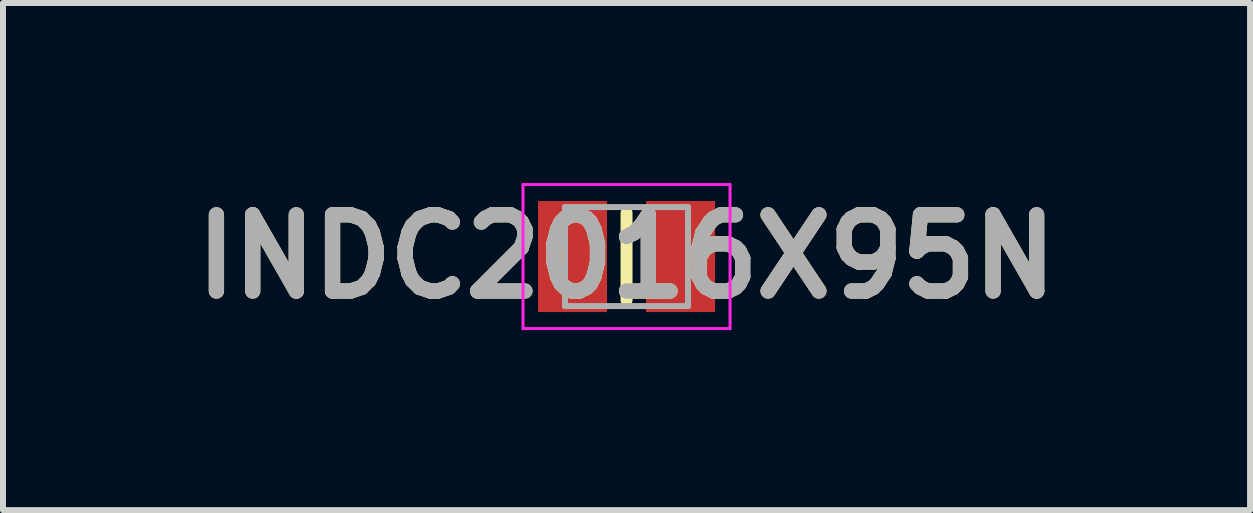
<source format=kicad_pcb>
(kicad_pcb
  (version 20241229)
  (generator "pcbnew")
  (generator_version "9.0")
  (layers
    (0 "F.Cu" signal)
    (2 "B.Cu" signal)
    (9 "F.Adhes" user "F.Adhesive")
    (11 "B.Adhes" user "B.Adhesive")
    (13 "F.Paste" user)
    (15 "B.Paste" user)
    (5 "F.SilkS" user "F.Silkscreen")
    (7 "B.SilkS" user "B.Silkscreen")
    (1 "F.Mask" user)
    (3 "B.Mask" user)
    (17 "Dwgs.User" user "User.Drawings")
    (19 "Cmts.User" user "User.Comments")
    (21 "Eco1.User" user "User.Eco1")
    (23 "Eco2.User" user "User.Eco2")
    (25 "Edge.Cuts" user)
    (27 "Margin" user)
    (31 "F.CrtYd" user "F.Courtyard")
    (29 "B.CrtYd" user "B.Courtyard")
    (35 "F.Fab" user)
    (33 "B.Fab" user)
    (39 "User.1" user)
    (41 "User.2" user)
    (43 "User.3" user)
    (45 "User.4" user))
  (footprint "INDC2016X95N"
    (layer "F.Cu")
    (at 7.39 1.225)
    (property "Reference" "INDC2016X95N" (at 0 0 0) (layer "F.SilkS") (effects (font (size 1.27 1.27) (thickness 0.254))))
    (attr smd)
    (fp_line (start 0 -0.725) (end 0 0.725) (stroke (width 0.2) (type solid)) (layer "F.SilkS"))
    (fp_line (start -1.725 -1.2) (end 1.725 -1.2) (stroke (width 0.05) (type solid)) (layer "F.CrtYd"))
    (fp_line (start -1.725 1.2) (end -1.725 -1.2) (stroke (width 0.05) (type solid)) (layer "F.CrtYd"))
    (fp_line (start 1.725 -1.2) (end 1.725 1.2) (stroke (width 0.05) (type solid)) (layer "F.CrtYd"))
    (fp_line (start 1.725 1.2) (end -1.725 1.2) (stroke (width 0.05) (type solid)) (layer "F.CrtYd"))
    (fp_line (start -1.025 -0.825) (end 1.025 -0.825) (stroke (width 0.1) (type solid)) (layer "F.Fab"))
    (fp_line (start -1.025 0.825) (end -1.025 -0.825) (stroke (width 0.1) (type solid)) (layer "F.Fab"))
    (fp_line (start 1.025 -0.825) (end 1.025 0.825) (stroke (width 0.1) (type solid)) (layer "F.Fab"))
    (fp_line (start 1.025 0.825) (end -1.025 0.825) (stroke (width 0.1) (type solid)) (layer "F.Fab"))
    (fp_text user "${REFERENCE}" (at 0 0 0) (layer "F.Fab") (effects (font (size 1.27 1.27) (thickness 0.254))))
    (pad "1" smd rect (at -0.9 0) (size 1.15 1.85) (layers "F.Cu" "F.Mask" "F.Paste"))
    (pad "2" smd rect (at 0.9 0) (size 1.15 1.85) (layers "F.Cu" "F.Mask" "F.Paste")))
  (gr_rect
    (start -3 -3)
    (end 17.78 5.45)
    (stroke (width 0.1) (type default))
    (fill no)
    (layer "Edge.Cuts")))
</source>
